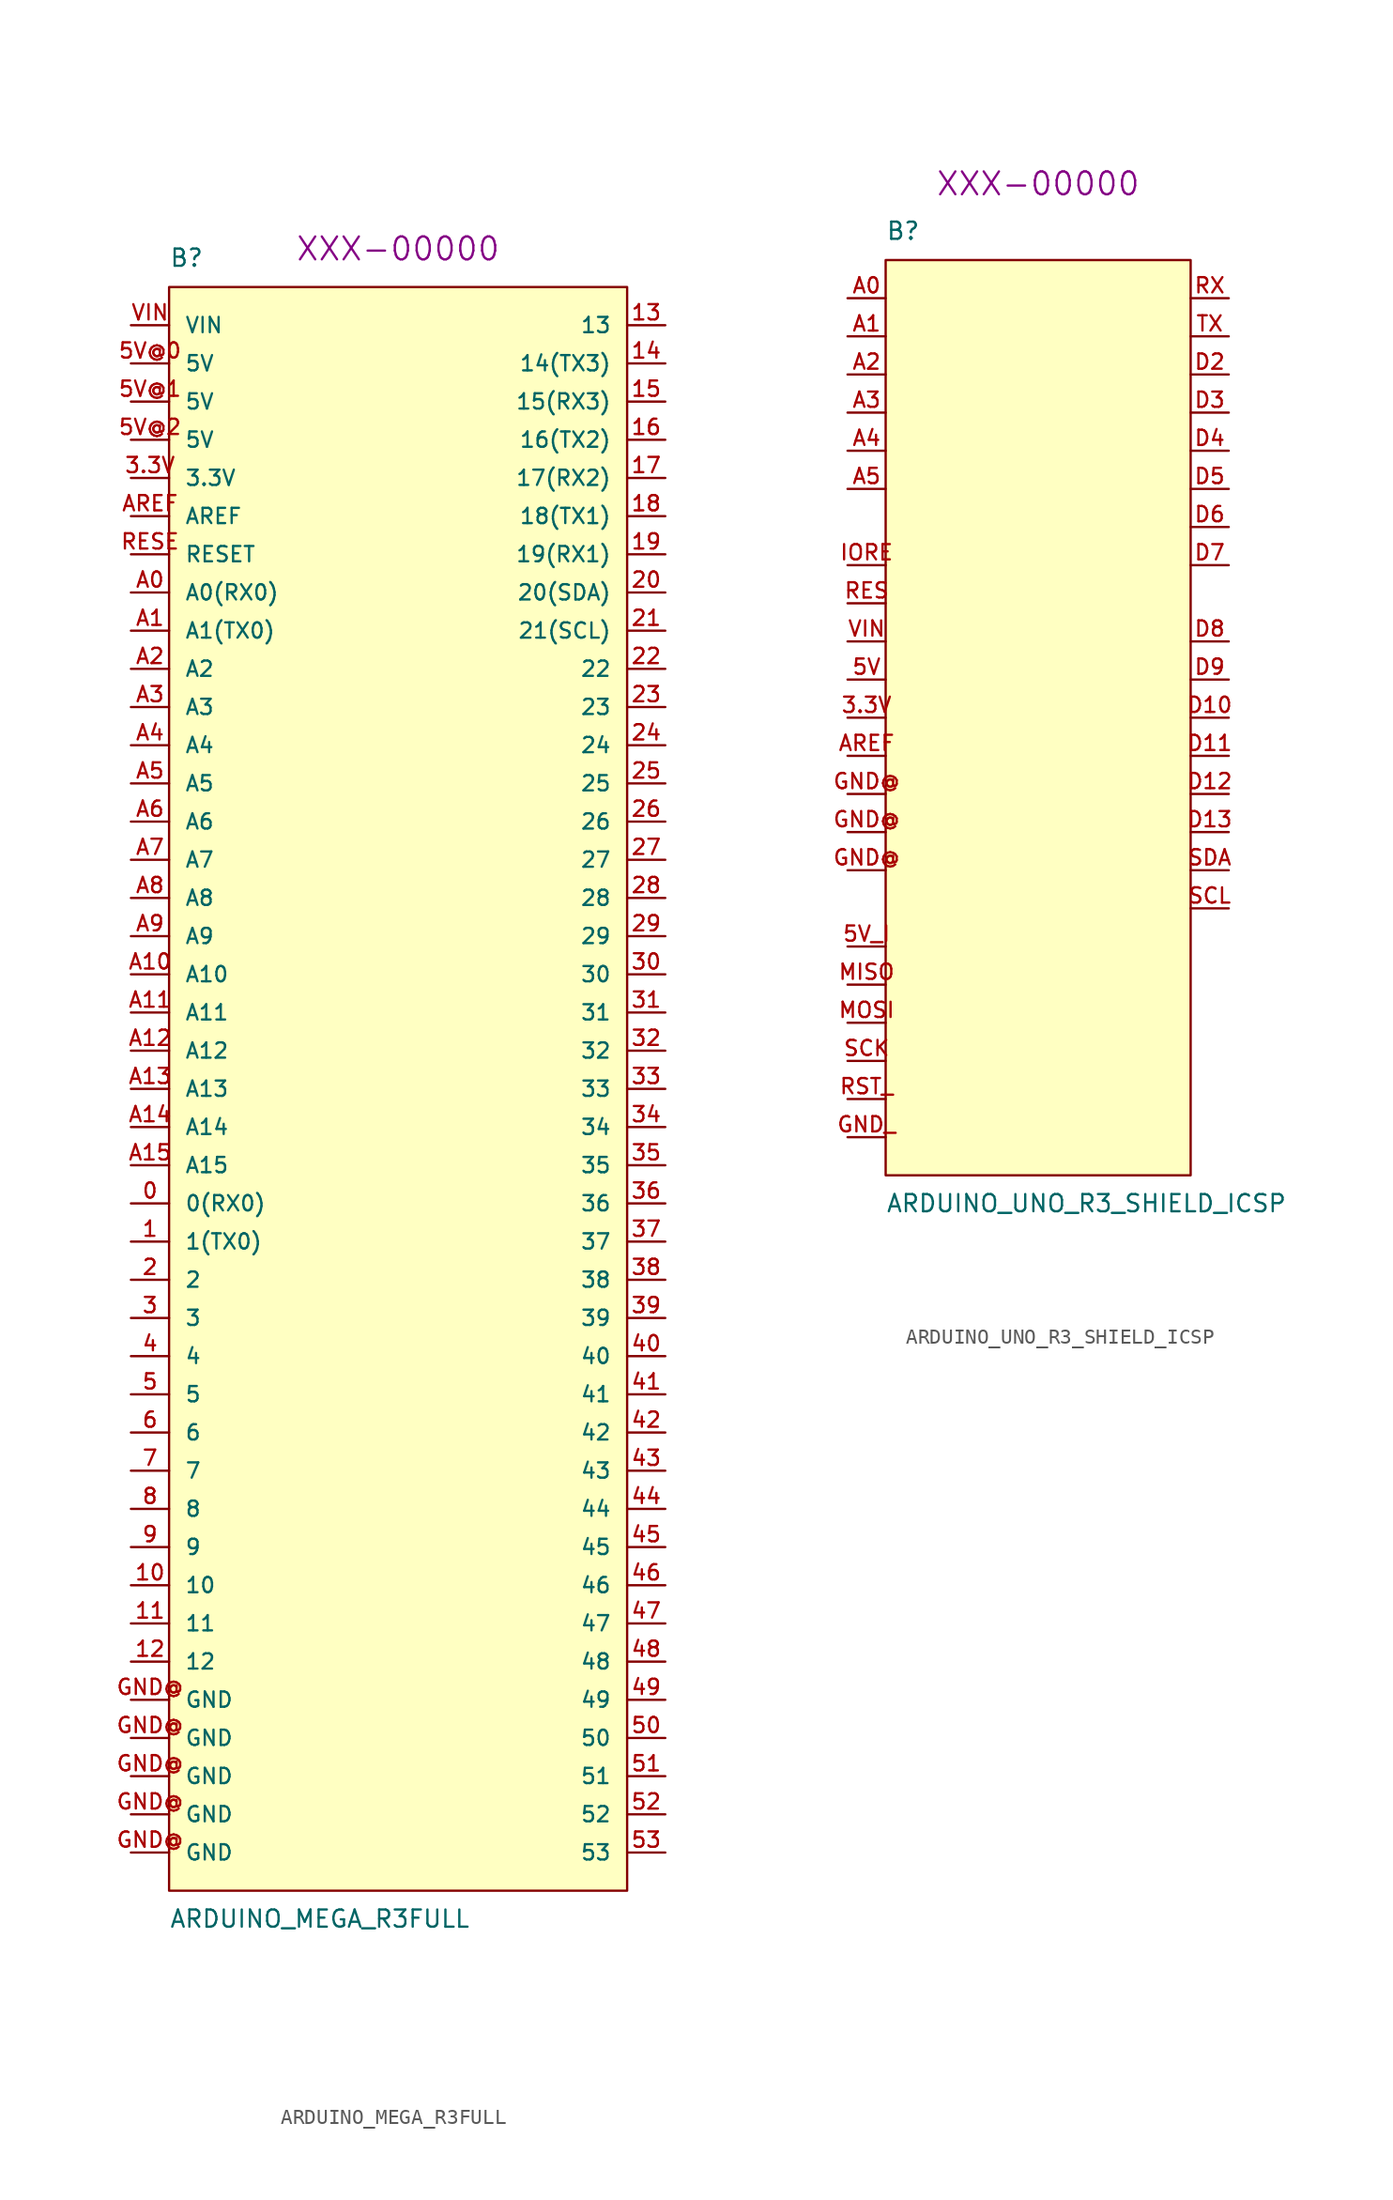
<source format=kicad_sym>
(kicad_symbol_lib
  (version 20211014)
  (generator kicad_symbol_editor)
  (symbol "ARDUINO_MEGA_R3FULL"
    (pin_names
      (offset 1.016))
    (property "Reference" "B"
      (at -15.24 54.61 0)
      (effects (font (size 1.143 1.143)) (justify left bottom)))
    (property "Value" "ARDUINO_MEGA_R3FULL"
      (at -15.24 -55.88 0)
      (effects (font (size 1.143 1.143)) (justify left bottom)))
    (property "Field4" "XXX-00000"
      (at 0 55.88 0)
      (effects (font (size 1.524 1.524))))
    (property "ki_locked" ""
      (at 0 0 0)
      (effects (font (size 1.27 1.27))))
    (symbol "ARDUINO_MEGA_R3FULL_1_1"
      (polyline (pts (xy -15.24 -53.34) (xy 15.24 -53.34) (xy 15.24 53.34) (xy -15.24 53.34) (xy -15.24 -53.34)) (stroke (width 0) (type default) (color 0 0 0 0)) (fill (type background)))
      (pin bidirectional line (at -17.78 -7.62 0) (length 2.54) (name "0(RX0)" (effects (font (size 1.016 1.016)))) (number "0" (effects (font (size 1.016 1.016)))))
      (pin bidirectional line (at -17.78 -10.16 0) (length 2.54) (name "1(TX0)" (effects (font (size 1.016 1.016)))) (number "1" (effects (font (size 1.016 1.016)))))
      (pin bidirectional line (at -17.78 -33.02 0) (length 2.54) (name "10" (effects (font (size 1.016 1.016)))) (number "10" (effects (font (size 1.016 1.016)))))
      (pin bidirectional line (at -17.78 -35.56 0) (length 2.54) (name "11" (effects (font (size 1.016 1.016)))) (number "11" (effects (font (size 1.016 1.016)))))
      (pin bidirectional line (at -17.78 -38.1 0) (length 2.54) (name "12" (effects (font (size 1.016 1.016)))) (number "12" (effects (font (size 1.016 1.016)))))
      (pin bidirectional line (at 17.78 50.8 180) (length 2.54) (name "13" (effects (font (size 1.016 1.016)))) (number "13" (effects (font (size 1.016 1.016)))))
      (pin bidirectional line (at 17.78 48.26 180) (length 2.54) (name "14(TX3)" (effects (font (size 1.016 1.016)))) (number "14" (effects (font (size 1.016 1.016)))))
      (pin bidirectional line (at 17.78 45.72 180) (length 2.54) (name "15(RX3)" (effects (font (size 1.016 1.016)))) (number "15" (effects (font (size 1.016 1.016)))))
      (pin bidirectional line (at 17.78 43.18 180) (length 2.54) (name "16(TX2)" (effects (font (size 1.016 1.016)))) (number "16" (effects (font (size 1.016 1.016)))))
      (pin bidirectional line (at 17.78 40.64 180) (length 2.54) (name "17(RX2)" (effects (font (size 1.016 1.016)))) (number "17" (effects (font (size 1.016 1.016)))))
      (pin bidirectional line (at 17.78 38.1 180) (length 2.54) (name "18(TX1)" (effects (font (size 1.016 1.016)))) (number "18" (effects (font (size 1.016 1.016)))))
      (pin bidirectional line (at 17.78 35.56 180) (length 2.54) (name "19(RX1)" (effects (font (size 1.016 1.016)))) (number "19" (effects (font (size 1.016 1.016)))))
      (pin bidirectional line (at -17.78 -12.7 0) (length 2.54) (name "2" (effects (font (size 1.016 1.016)))) (number "2" (effects (font (size 1.016 1.016)))))
      (pin bidirectional line (at 17.78 33.02 180) (length 2.54) (name "20(SDA)" (effects (font (size 1.016 1.016)))) (number "20" (effects (font (size 1.016 1.016)))))
      (pin bidirectional line (at 17.78 30.48 180) (length 2.54) (name "21(SCL)" (effects (font (size 1.016 1.016)))) (number "21" (effects (font (size 1.016 1.016)))))
      (pin bidirectional line (at 17.78 27.94 180) (length 2.54) (name "22" (effects (font (size 1.016 1.016)))) (number "22" (effects (font (size 1.016 1.016)))))
      (pin bidirectional line (at 17.78 25.4 180) (length 2.54) (name "23" (effects (font (size 1.016 1.016)))) (number "23" (effects (font (size 1.016 1.016)))))
      (pin bidirectional line (at 17.78 22.86 180) (length 2.54) (name "24" (effects (font (size 1.016 1.016)))) (number "24" (effects (font (size 1.016 1.016)))))
      (pin bidirectional line (at 17.78 20.32 180) (length 2.54) (name "25" (effects (font (size 1.016 1.016)))) (number "25" (effects (font (size 1.016 1.016)))))
      (pin bidirectional line (at 17.78 17.78 180) (length 2.54) (name "26" (effects (font (size 1.016 1.016)))) (number "26" (effects (font (size 1.016 1.016)))))
      (pin bidirectional line (at 17.78 15.24 180) (length 2.54) (name "27" (effects (font (size 1.016 1.016)))) (number "27" (effects (font (size 1.016 1.016)))))
      (pin bidirectional line (at 17.78 12.7 180) (length 2.54) (name "28" (effects (font (size 1.016 1.016)))) (number "28" (effects (font (size 1.016 1.016)))))
      (pin bidirectional line (at 17.78 10.16 180) (length 2.54) (name "29" (effects (font (size 1.016 1.016)))) (number "29" (effects (font (size 1.016 1.016)))))
      (pin bidirectional line (at -17.78 -15.24 0) (length 2.54) (name "3" (effects (font (size 1.016 1.016)))) (number "3" (effects (font (size 1.016 1.016)))))
      (pin bidirectional line (at -17.78 40.64 0) (length 2.54) (name "3.3V" (effects (font (size 1.016 1.016)))) (number "3.3V" (effects (font (size 1.016 1.016)))))
      (pin bidirectional line (at 17.78 7.62 180) (length 2.54) (name "30" (effects (font (size 1.016 1.016)))) (number "30" (effects (font (size 1.016 1.016)))))
      (pin bidirectional line (at 17.78 5.08 180) (length 2.54) (name "31" (effects (font (size 1.016 1.016)))) (number "31" (effects (font (size 1.016 1.016)))))
      (pin bidirectional line (at 17.78 2.54 180) (length 2.54) (name "32" (effects (font (size 1.016 1.016)))) (number "32" (effects (font (size 1.016 1.016)))))
      (pin bidirectional line (at 17.78 0 180) (length 2.54) (name "33" (effects (font (size 1.016 1.016)))) (number "33" (effects (font (size 1.016 1.016)))))
      (pin bidirectional line (at 17.78 -2.54 180) (length 2.54) (name "34" (effects (font (size 1.016 1.016)))) (number "34" (effects (font (size 1.016 1.016)))))
      (pin bidirectional line (at 17.78 -5.08 180) (length 2.54) (name "35" (effects (font (size 1.016 1.016)))) (number "35" (effects (font (size 1.016 1.016)))))
      (pin bidirectional line (at 17.78 -7.62 180) (length 2.54) (name "36" (effects (font (size 1.016 1.016)))) (number "36" (effects (font (size 1.016 1.016)))))
      (pin bidirectional line (at 17.78 -10.16 180) (length 2.54) (name "37" (effects (font (size 1.016 1.016)))) (number "37" (effects (font (size 1.016 1.016)))))
      (pin bidirectional line (at 17.78 -12.7 180) (length 2.54) (name "38" (effects (font (size 1.016 1.016)))) (number "38" (effects (font (size 1.016 1.016)))))
      (pin bidirectional line (at 17.78 -15.24 180) (length 2.54) (name "39" (effects (font (size 1.016 1.016)))) (number "39" (effects (font (size 1.016 1.016)))))
      (pin bidirectional line (at -17.78 -17.78 0) (length 2.54) (name "4" (effects (font (size 1.016 1.016)))) (number "4" (effects (font (size 1.016 1.016)))))
      (pin bidirectional line (at 17.78 -17.78 180) (length 2.54) (name "40" (effects (font (size 1.016 1.016)))) (number "40" (effects (font (size 1.016 1.016)))))
      (pin bidirectional line (at 17.78 -20.32 180) (length 2.54) (name "41" (effects (font (size 1.016 1.016)))) (number "41" (effects (font (size 1.016 1.016)))))
      (pin bidirectional line (at 17.78 -22.86 180) (length 2.54) (name "42" (effects (font (size 1.016 1.016)))) (number "42" (effects (font (size 1.016 1.016)))))
      (pin bidirectional line (at 17.78 -25.4 180) (length 2.54) (name "43" (effects (font (size 1.016 1.016)))) (number "43" (effects (font (size 1.016 1.016)))))
      (pin bidirectional line (at 17.78 -27.94 180) (length 2.54) (name "44" (effects (font (size 1.016 1.016)))) (number "44" (effects (font (size 1.016 1.016)))))
      (pin bidirectional line (at 17.78 -30.48 180) (length 2.54) (name "45" (effects (font (size 1.016 1.016)))) (number "45" (effects (font (size 1.016 1.016)))))
      (pin bidirectional line (at 17.78 -33.02 180) (length 2.54) (name "46" (effects (font (size 1.016 1.016)))) (number "46" (effects (font (size 1.016 1.016)))))
      (pin bidirectional line (at 17.78 -35.56 180) (length 2.54) (name "47" (effects (font (size 1.016 1.016)))) (number "47" (effects (font (size 1.016 1.016)))))
      (pin bidirectional line (at 17.78 -38.1 180) (length 2.54) (name "48" (effects (font (size 1.016 1.016)))) (number "48" (effects (font (size 1.016 1.016)))))
      (pin bidirectional line (at 17.78 -40.64 180) (length 2.54) (name "49" (effects (font (size 1.016 1.016)))) (number "49" (effects (font (size 1.016 1.016)))))
      (pin bidirectional line (at -17.78 -20.32 0) (length 2.54) (name "5" (effects (font (size 1.016 1.016)))) (number "5" (effects (font (size 1.016 1.016)))))
      (pin bidirectional line (at 17.78 -43.18 180) (length 2.54) (name "50" (effects (font (size 1.016 1.016)))) (number "50" (effects (font (size 1.016 1.016)))))
      (pin bidirectional line (at 17.78 -45.72 180) (length 2.54) (name "51" (effects (font (size 1.016 1.016)))) (number "51" (effects (font (size 1.016 1.016)))))
      (pin bidirectional line (at 17.78 -48.26 180) (length 2.54) (name "52" (effects (font (size 1.016 1.016)))) (number "52" (effects (font (size 1.016 1.016)))))
      (pin bidirectional line (at 17.78 -50.8 180) (length 2.54) (name "53" (effects (font (size 1.016 1.016)))) (number "53" (effects (font (size 1.016 1.016)))))
      (pin bidirectional line (at -17.78 48.26 0) (length 2.54) (name "5V" (effects (font (size 1.016 1.016)))) (number "5V@0" (effects (font (size 1.016 1.016)))))
      (pin bidirectional line (at -17.78 45.72 0) (length 2.54) (name "5V" (effects (font (size 1.016 1.016)))) (number "5V@1" (effects (font (size 1.016 1.016)))))
      (pin bidirectional line (at -17.78 43.18 0) (length 2.54) (name "5V" (effects (font (size 1.016 1.016)))) (number "5V@2" (effects (font (size 1.016 1.016)))))
      (pin bidirectional line (at -17.78 -22.86 0) (length 2.54) (name "6" (effects (font (size 1.016 1.016)))) (number "6" (effects (font (size 1.016 1.016)))))
      (pin bidirectional line (at -17.78 -25.4 0) (length 2.54) (name "7" (effects (font (size 1.016 1.016)))) (number "7" (effects (font (size 1.016 1.016)))))
      (pin bidirectional line (at -17.78 -27.94 0) (length 2.54) (name "8" (effects (font (size 1.016 1.016)))) (number "8" (effects (font (size 1.016 1.016)))))
      (pin bidirectional line (at -17.78 -30.48 0) (length 2.54) (name "9" (effects (font (size 1.016 1.016)))) (number "9" (effects (font (size 1.016 1.016)))))
      (pin bidirectional line (at -17.78 33.02 0) (length 2.54) (name "A0(RX0)" (effects (font (size 1.016 1.016)))) (number "A0" (effects (font (size 1.016 1.016)))))
      (pin bidirectional line (at -17.78 30.48 0) (length 2.54) (name "A1(TX0)" (effects (font (size 1.016 1.016)))) (number "A1" (effects (font (size 1.016 1.016)))))
      (pin bidirectional line (at -17.78 7.62 0) (length 2.54) (name "A10" (effects (font (size 1.016 1.016)))) (number "A10" (effects (font (size 1.016 1.016)))))
      (pin bidirectional line (at -17.78 5.08 0) (length 2.54) (name "A11" (effects (font (size 1.016 1.016)))) (number "A11" (effects (font (size 1.016 1.016)))))
      (pin bidirectional line (at -17.78 2.54 0) (length 2.54) (name "A12" (effects (font (size 1.016 1.016)))) (number "A12" (effects (font (size 1.016 1.016)))))
      (pin bidirectional line (at -17.78 0 0) (length 2.54) (name "A13" (effects (font (size 1.016 1.016)))) (number "A13" (effects (font (size 1.016 1.016)))))
      (pin bidirectional line (at -17.78 -2.54 0) (length 2.54) (name "A14" (effects (font (size 1.016 1.016)))) (number "A14" (effects (font (size 1.016 1.016)))))
      (pin bidirectional line (at -17.78 -5.08 0) (length 2.54) (name "A15" (effects (font (size 1.016 1.016)))) (number "A15" (effects (font (size 1.016 1.016)))))
      (pin bidirectional line (at -17.78 27.94 0) (length 2.54) (name "A2" (effects (font (size 1.016 1.016)))) (number "A2" (effects (font (size 1.016 1.016)))))
      (pin bidirectional line (at -17.78 25.4 0) (length 2.54) (name "A3" (effects (font (size 1.016 1.016)))) (number "A3" (effects (font (size 1.016 1.016)))))
      (pin bidirectional line (at -17.78 22.86 0) (length 2.54) (name "A4" (effects (font (size 1.016 1.016)))) (number "A4" (effects (font (size 1.016 1.016)))))
      (pin bidirectional line (at -17.78 20.32 0) (length 2.54) (name "A5" (effects (font (size 1.016 1.016)))) (number "A5" (effects (font (size 1.016 1.016)))))
      (pin bidirectional line (at -17.78 17.78 0) (length 2.54) (name "A6" (effects (font (size 1.016 1.016)))) (number "A6" (effects (font (size 1.016 1.016)))))
      (pin bidirectional line (at -17.78 15.24 0) (length 2.54) (name "A7" (effects (font (size 1.016 1.016)))) (number "A7" (effects (font (size 1.016 1.016)))))
      (pin bidirectional line (at -17.78 12.7 0) (length 2.54) (name "A8" (effects (font (size 1.016 1.016)))) (number "A8" (effects (font (size 1.016 1.016)))))
      (pin bidirectional line (at -17.78 10.16 0) (length 2.54) (name "A9" (effects (font (size 1.016 1.016)))) (number "A9" (effects (font (size 1.016 1.016)))))
      (pin bidirectional line (at -17.78 38.1 0) (length 2.54) (name "AREF" (effects (font (size 1.016 1.016)))) (number "AREF" (effects (font (size 1.016 1.016)))))
      (pin bidirectional line (at -17.78 -50.8 0) (length 2.54) (name "GND" (effects (font (size 1.016 1.016)))) (number "GND@" (effects (font (size 1.016 1.016)))))
      (pin bidirectional line (at -17.78 -48.26 0) (length 2.54) (name "GND" (effects (font (size 1.016 1.016)))) (number "GND@" (effects (font (size 1.016 1.016)))))
      (pin bidirectional line (at -17.78 -45.72 0) (length 2.54) (name "GND" (effects (font (size 1.016 1.016)))) (number "GND@" (effects (font (size 1.016 1.016)))))
      (pin bidirectional line (at -17.78 -43.18 0) (length 2.54) (name "GND" (effects (font (size 1.016 1.016)))) (number "GND@" (effects (font (size 1.016 1.016)))))
      (pin bidirectional line (at -17.78 -40.64 0) (length 2.54) (name "GND" (effects (font (size 1.016 1.016)))) (number "GND@" (effects (font (size 1.016 1.016)))))
      (pin bidirectional line (at -17.78 35.56 0) (length 2.54) (name "RESET" (effects (font (size 1.016 1.016)))) (number "RESE" (effects (font (size 1.016 1.016)))))
      (pin bidirectional line (at -17.78 50.8 0) (length 2.54) (name "VIN" (effects (font (size 1.016 1.016)))) (number "VIN" (effects (font (size 1.016 1.016)))))))
  (symbol "ARDUINO_UNO_R3_SHIELD_ICSP"
    (pin_names
      (offset 1.016) hide)
    (property "Reference" "B"
      (at -10.16 31.75 0)
      (effects (font (size 1.143 1.143)) (justify left bottom)))
    (property "Value" "ARDUINO_UNO_R3_SHIELD_ICSP"
      (at -10.16 -33.02 0)
      (effects (font (size 1.143 1.143)) (justify left bottom)))
    (property "Field4" "XXX-00000"
      (at 0 35.56 0)
      (effects (font (size 1.524 1.524))))
    (property "ki_locked" ""
      (at 0 0 0)
      (effects (font (size 1.27 1.27))))
    (symbol "ARDUINO_UNO_R3_SHIELD_ICSP_1_1"
      (polyline (pts (xy -10.16 -30.48) (xy -10.16 30.48) (xy 10.16 30.48) (xy 10.16 -30.48) (xy -10.16 -30.48)) (stroke (width 0) (type default) (color 0 0 0 0)) (fill (type background)))
      (pin bidirectional line (at -12.7 0 0) (length 2.54) (name "3.3V" (effects (font (size 1.016 1.016)))) (number "3.3V" (effects (font (size 1.016 1.016)))))
      (pin bidirectional line (at -12.7 2.54 0) (length 2.54) (name "5V" (effects (font (size 1.016 1.016)))) (number "5V" (effects (font (size 1.016 1.016)))))
      (pin bidirectional line (at -12.7 -15.24 0) (length 2.54) (name "VCC" (effects (font (size 1.016 1.016)))) (number "5V_I" (effects (font (size 1.016 1.016)))))
      (pin bidirectional line (at -12.7 27.94 0) (length 2.54) (name "A0" (effects (font (size 1.016 1.016)))) (number "A0" (effects (font (size 1.016 1.016)))))
      (pin bidirectional line (at -12.7 25.4 0) (length 2.54) (name "A1" (effects (font (size 1.016 1.016)))) (number "A1" (effects (font (size 1.016 1.016)))))
      (pin bidirectional line (at -12.7 22.86 0) (length 2.54) (name "A2" (effects (font (size 1.016 1.016)))) (number "A2" (effects (font (size 1.016 1.016)))))
      (pin bidirectional line (at -12.7 20.32 0) (length 2.54) (name "A3" (effects (font (size 1.016 1.016)))) (number "A3" (effects (font (size 1.016 1.016)))))
      (pin bidirectional line (at -12.7 17.78 0) (length 2.54) (name "A4" (effects (font (size 1.016 1.016)))) (number "A4" (effects (font (size 1.016 1.016)))))
      (pin bidirectional line (at -12.7 15.24 0) (length 2.54) (name "A5" (effects (font (size 1.016 1.016)))) (number "A5" (effects (font (size 1.016 1.016)))))
      (pin bidirectional line (at -12.7 -2.54 0) (length 2.54) (name "AREF" (effects (font (size 1.016 1.016)))) (number "AREF" (effects (font (size 1.016 1.016)))))
      (pin bidirectional line (at 12.7 0 180) (length 2.54) (name "*D10" (effects (font (size 1.016 1.016)))) (number "D10" (effects (font (size 1.016 1.016)))))
      (pin bidirectional line (at 12.7 -2.54 180) (length 2.54) (name "*D11" (effects (font (size 1.016 1.016)))) (number "D11" (effects (font (size 1.016 1.016)))))
      (pin bidirectional line (at 12.7 -5.08 180) (length 2.54) (name "D12" (effects (font (size 1.016 1.016)))) (number "D12" (effects (font (size 1.016 1.016)))))
      (pin bidirectional line (at 12.7 -7.62 180) (length 2.54) (name "D13" (effects (font (size 1.016 1.016)))) (number "D13" (effects (font (size 1.016 1.016)))))
      (pin bidirectional line (at 12.7 22.86 180) (length 2.54) (name "D2" (effects (font (size 1.016 1.016)))) (number "D2" (effects (font (size 1.016 1.016)))))
      (pin bidirectional line (at 12.7 20.32 180) (length 2.54) (name "*D3" (effects (font (size 1.016 1.016)))) (number "D3" (effects (font (size 1.016 1.016)))))
      (pin bidirectional line (at 12.7 17.78 180) (length 2.54) (name "D4" (effects (font (size 1.016 1.016)))) (number "D4" (effects (font (size 1.016 1.016)))))
      (pin bidirectional line (at 12.7 15.24 180) (length 2.54) (name "*D5" (effects (font (size 1.016 1.016)))) (number "D5" (effects (font (size 1.016 1.016)))))
      (pin bidirectional line (at 12.7 12.7 180) (length 2.54) (name "*D6" (effects (font (size 1.016 1.016)))) (number "D6" (effects (font (size 1.016 1.016)))))
      (pin bidirectional line (at 12.7 10.16 180) (length 2.54) (name "D7" (effects (font (size 1.016 1.016)))) (number "D7" (effects (font (size 1.016 1.016)))))
      (pin bidirectional line (at 12.7 5.08 180) (length 2.54) (name "D8" (effects (font (size 1.016 1.016)))) (number "D8" (effects (font (size 1.016 1.016)))))
      (pin bidirectional line (at 12.7 2.54 180) (length 2.54) (name "*D9" (effects (font (size 1.016 1.016)))) (number "D9" (effects (font (size 1.016 1.016)))))
      (pin bidirectional line (at -12.7 -10.16 0) (length 2.54) (name "GND" (effects (font (size 1.016 1.016)))) (number "GND@" (effects (font (size 1.016 1.016)))))
      (pin bidirectional line (at -12.7 -7.62 0) (length 2.54) (name "GND" (effects (font (size 1.016 1.016)))) (number "GND@" (effects (font (size 1.016 1.016)))))
      (pin bidirectional line (at -12.7 -5.08 0) (length 2.54) (name "GND" (effects (font (size 1.016 1.016)))) (number "GND@" (effects (font (size 1.016 1.016)))))
      (pin bidirectional line (at -12.7 -27.94 0) (length 2.54) (name "GND" (effects (font (size 1.016 1.016)))) (number "GND_" (effects (font (size 1.016 1.016)))))
      (pin bidirectional line (at -12.7 10.16 0) (length 2.54) (name "IOREF" (effects (font (size 1.016 1.016)))) (number "IORE" (effects (font (size 1.016 1.016)))))
      (pin bidirectional line (at -12.7 -17.78 0) (length 2.54) (name "MISO" (effects (font (size 1.016 1.016)))) (number "MISO" (effects (font (size 1.016 1.016)))))
      (pin bidirectional line (at -12.7 -20.32 0) (length 2.54) (name "MOSI" (effects (font (size 1.016 1.016)))) (number "MOSI" (effects (font (size 1.016 1.016)))))
      (pin bidirectional line (at -12.7 7.62 0) (length 2.54) (name "~{RESET}" (effects (font (size 1.016 1.016)))) (number "RES" (effects (font (size 1.016 1.016)))))
      (pin bidirectional line (at -12.7 -25.4 0) (length 2.54) (name "~{RESET}" (effects (font (size 1.016 1.016)))) (number "RST_" (effects (font (size 1.016 1.016)))))
      (pin bidirectional line (at 12.7 27.94 180) (length 2.54) (name "D0" (effects (font (size 1.016 1.016)))) (number "RX" (effects (font (size 1.016 1.016)))))
      (pin bidirectional line (at -12.7 -22.86 0) (length 2.54) (name "SCK" (effects (font (size 1.016 1.016)))) (number "SCK" (effects (font (size 1.016 1.016)))))
      (pin bidirectional line (at 12.7 -12.7 180) (length 2.54) (name "SCL" (effects (font (size 1.016 1.016)))) (number "SCL" (effects (font (size 1.016 1.016)))))
      (pin bidirectional line (at 12.7 -10.16 180) (length 2.54) (name "SDA" (effects (font (size 1.016 1.016)))) (number "SDA" (effects (font (size 1.016 1.016)))))
      (pin bidirectional line (at 12.7 25.4 180) (length 2.54) (name "D1" (effects (font (size 1.016 1.016)))) (number "TX" (effects (font (size 1.016 1.016)))))
      (pin bidirectional line (at -12.7 5.08 0) (length 2.54) (name "VIN" (effects (font (size 1.016 1.016)))) (number "VIN" (effects (font (size 1.016 1.016))))))))
</source>
